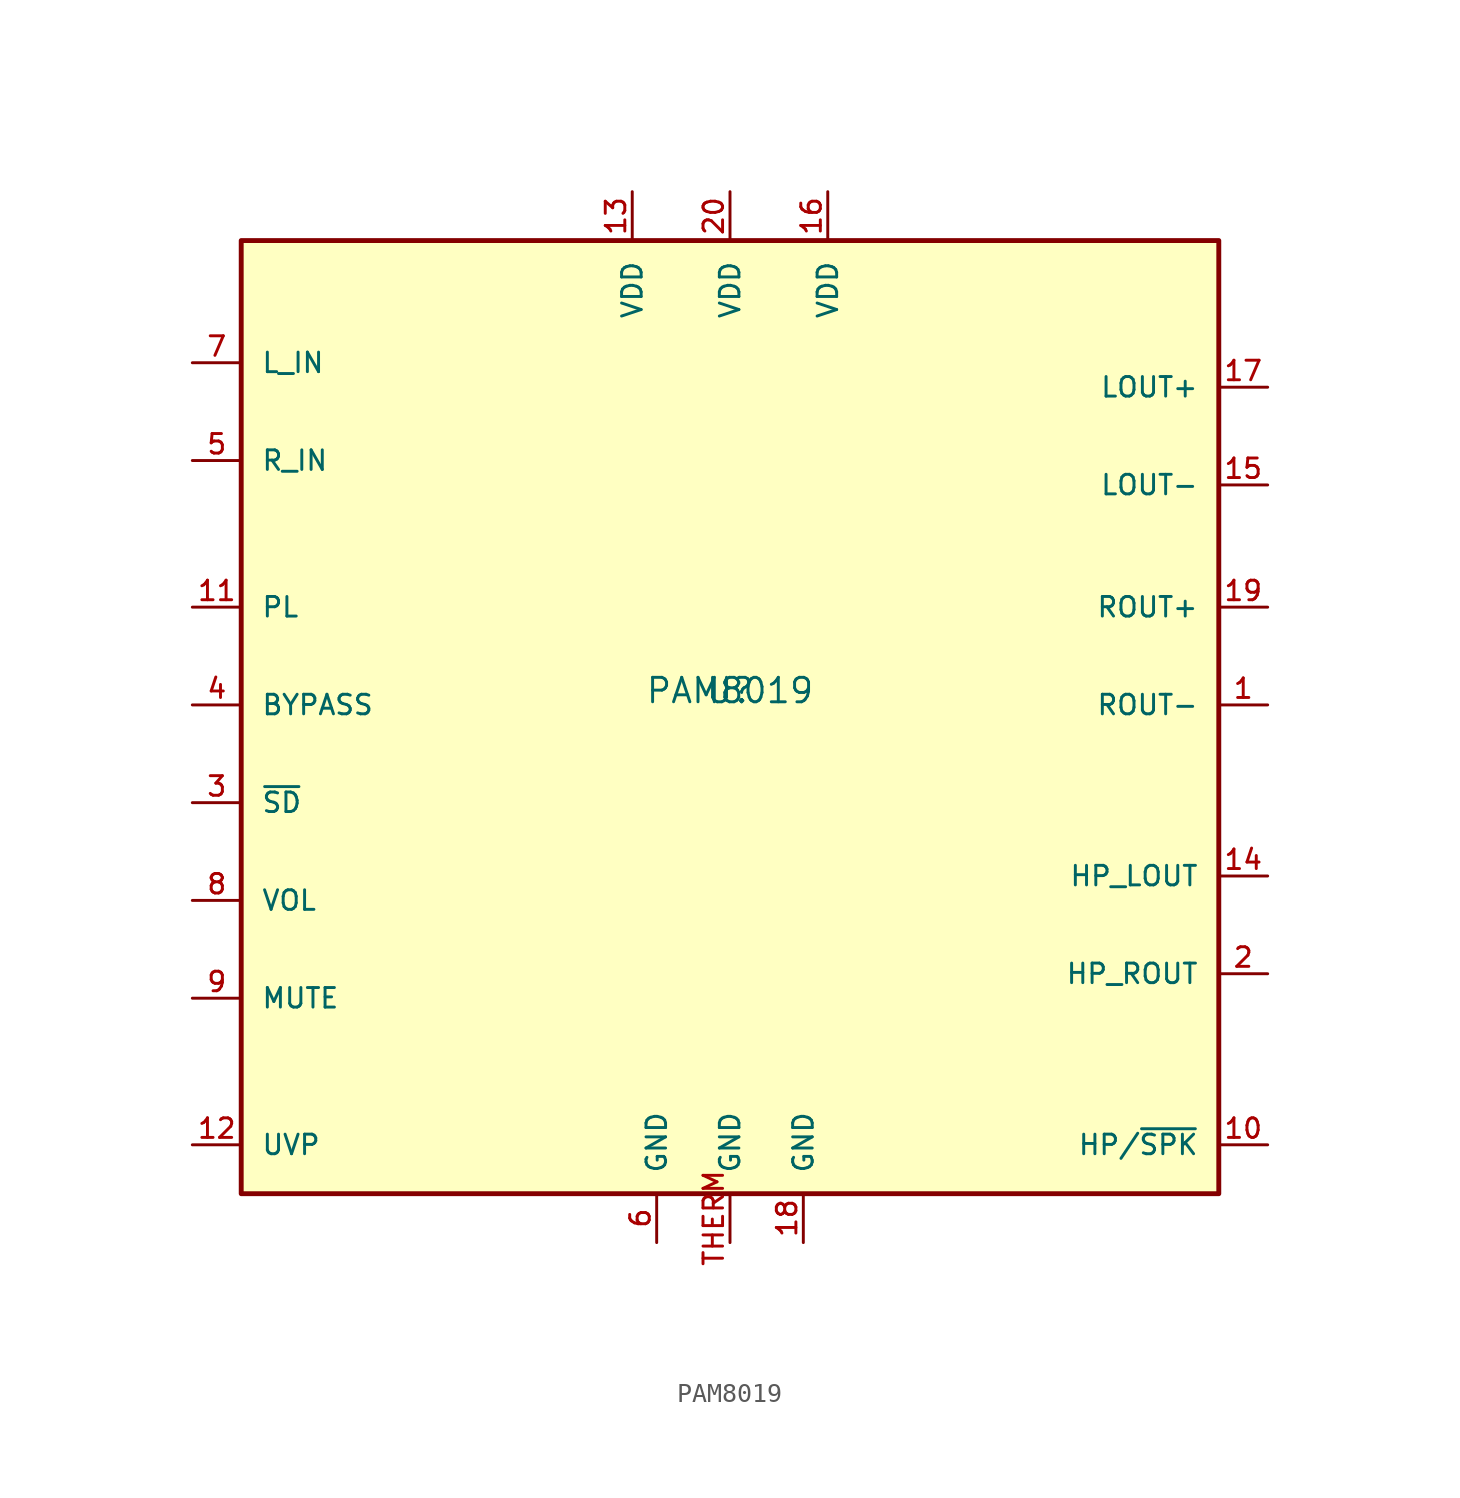
<source format=kicad_sym>
(kicad_symbol_lib
  (version 20220914)
  (generator kicad_symbol_editor)
  (symbol "PAM8019"
    (pin_names
      (offset 1.016))
    (property "Reference" "U"
      (at 0 0 0)
      (effects (font (size 1.27 1.27)) (justify bottom)))
    (property "Value" "PAM8019"
      (at 0 0 0)
      (effects (font (size 1.27 1.27)) (justify bottom)))
    (symbol "PAM8019_0_0"
      (rectangle (start -25.4 24.13) (end 25.4 -25.4) (stroke (width 0.254) (type default)) (fill (type background)))
      (pin bidirectional line (at -27.94 5.08 0) (length 2.54) (name "PL" (effects (font (size 1.016 1.016)))) (number "11" (effects (font (size 1.016 1.016)))))
      (pin bidirectional line (at -27.94 -22.86 0) (length 2.54) (name "UVP" (effects (font (size 1.016 1.016)))) (number "12" (effects (font (size 1.016 1.016)))))
      (pin bidirectional line (at -27.94 0 0) (length 2.54) (name "BYPASS" (effects (font (size 1.016 1.016)))) (number "4" (effects (font (size 1.016 1.016))))))
    (symbol "PAM8019_1_0"
      (pin output line (at 27.94 0 180) (length 2.54) (name "ROUT-" (effects (font (size 1.016 1.016)))) (number "1" (effects (font (size 1.016 1.016)))))
      (pin input line (at 27.94 -22.86 180) (length 2.54) (name "HP/~{SPK}" (effects (font (size 1.016 1.016)))) (number "10" (effects (font (size 1.016 1.016)))))
      (pin power_in line (at -5.08 26.67 270) (length 2.54) (name "VDD" (effects (font (size 1.016 1.016)))) (number "13" (effects (font (size 1.016 1.016)))))
      (pin output line (at 27.94 -8.89 180) (length 2.54) (name "HP_LOUT" (effects (font (size 1.016 1.016)))) (number "14" (effects (font (size 1.016 1.016)))))
      (pin output line (at 27.94 11.43 180) (length 2.54) (name "LOUT-" (effects (font (size 1.016 1.016)))) (number "15" (effects (font (size 1.016 1.016)))))
      (pin power_in line (at 5.08 26.67 270) (length 2.54) (name "VDD" (effects (font (size 1.016 1.016)))) (number "16" (effects (font (size 1.016 1.016)))))
      (pin output line (at 27.94 16.51 180) (length 2.54) (name "LOUT+" (effects (font (size 1.016 1.016)))) (number "17" (effects (font (size 1.016 1.016)))))
      (pin power_in line (at 3.81 -27.94 90) (length 2.54) (name "GND" (effects (font (size 1.016 1.016)))) (number "18" (effects (font (size 1.016 1.016)))))
      (pin output line (at 27.94 5.08 180) (length 2.54) (name "ROUT+" (effects (font (size 1.016 1.016)))) (number "19" (effects (font (size 1.016 1.016)))))
      (pin output line (at 27.94 -13.97 180) (length 2.54) (name "HP_ROUT" (effects (font (size 1.016 1.016)))) (number "2" (effects (font (size 1.016 1.016)))))
      (pin power_in line (at 0 26.67 270) (length 2.54) (name "VDD" (effects (font (size 1.016 1.016)))) (number "20" (effects (font (size 1.016 1.016)))))
      (pin input line (at -27.94 -5.08 0) (length 2.54) (name "~{SD}" (effects (font (size 1.016 1.016)))) (number "3" (effects (font (size 1.016 1.016)))))
      (pin input line (at -27.94 12.7 0) (length 2.54) (name "R_IN" (effects (font (size 1.016 1.016)))) (number "5" (effects (font (size 1.016 1.016)))))
      (pin power_in line (at -3.81 -27.94 90) (length 2.54) (name "GND" (effects (font (size 1.016 1.016)))) (number "6" (effects (font (size 1.016 1.016)))))
      (pin input line (at -27.94 17.78 0) (length 2.54) (name "L_IN" (effects (font (size 1.016 1.016)))) (number "7" (effects (font (size 1.016 1.016)))))
      (pin input line (at -27.94 -10.16 0) (length 2.54) (name "VOL" (effects (font (size 1.016 1.016)))) (number "8" (effects (font (size 1.016 1.016)))))
      (pin input line (at -27.94 -15.24 0) (length 2.54) (name "MUTE" (effects (font (size 1.016 1.016)))) (number "9" (effects (font (size 1.016 1.016)))))
      (pin power_in line (at 0 -27.94 90) (length 2.54) (name "GND" (effects (font (size 1.016 1.016)))) (number "THERM" (effects (font (size 1.016 1.016))))))))
</source>
